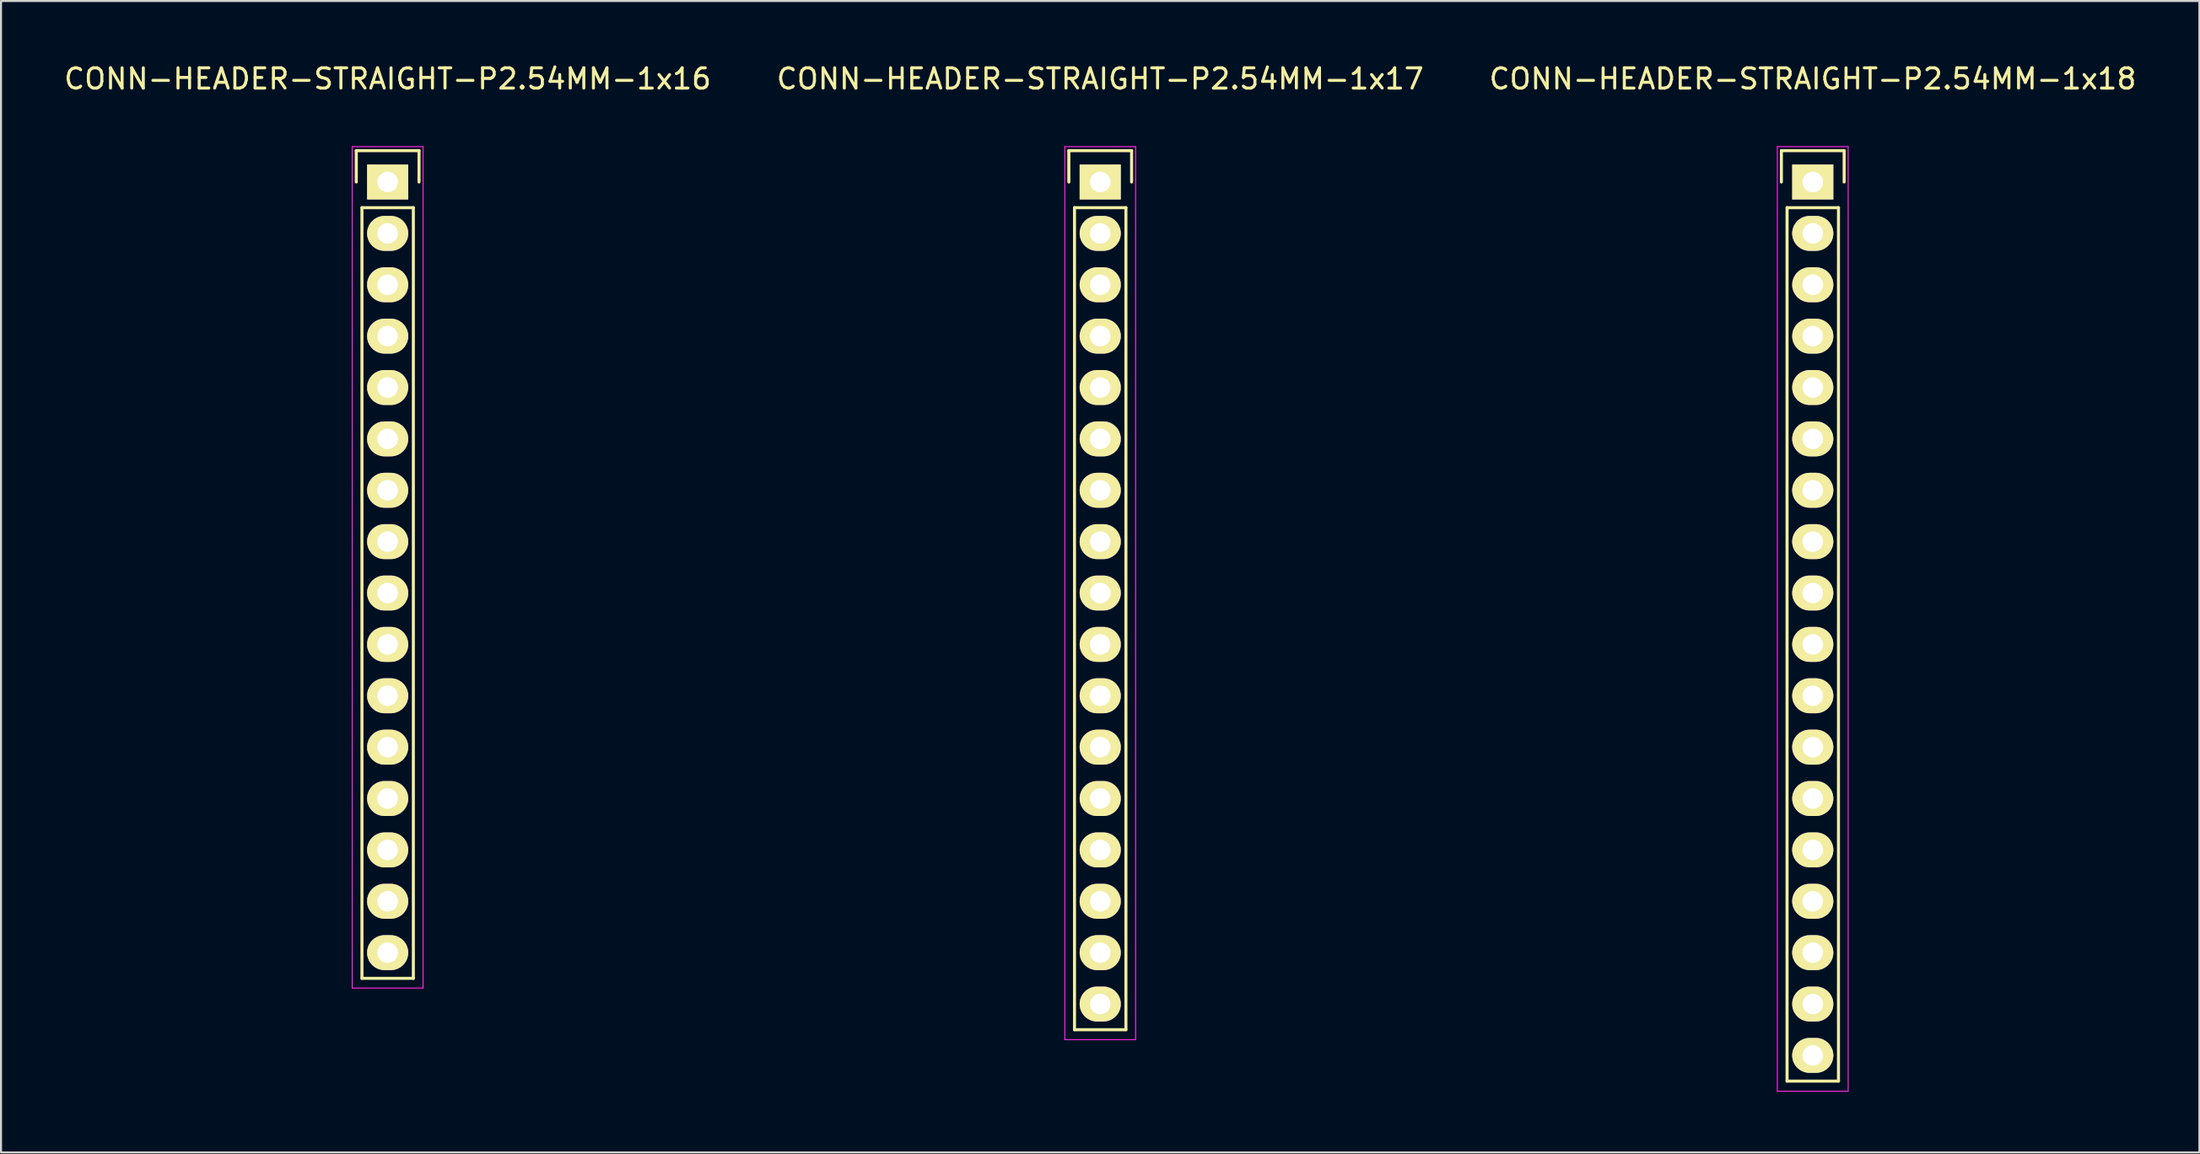
<source format=kicad_pcb>
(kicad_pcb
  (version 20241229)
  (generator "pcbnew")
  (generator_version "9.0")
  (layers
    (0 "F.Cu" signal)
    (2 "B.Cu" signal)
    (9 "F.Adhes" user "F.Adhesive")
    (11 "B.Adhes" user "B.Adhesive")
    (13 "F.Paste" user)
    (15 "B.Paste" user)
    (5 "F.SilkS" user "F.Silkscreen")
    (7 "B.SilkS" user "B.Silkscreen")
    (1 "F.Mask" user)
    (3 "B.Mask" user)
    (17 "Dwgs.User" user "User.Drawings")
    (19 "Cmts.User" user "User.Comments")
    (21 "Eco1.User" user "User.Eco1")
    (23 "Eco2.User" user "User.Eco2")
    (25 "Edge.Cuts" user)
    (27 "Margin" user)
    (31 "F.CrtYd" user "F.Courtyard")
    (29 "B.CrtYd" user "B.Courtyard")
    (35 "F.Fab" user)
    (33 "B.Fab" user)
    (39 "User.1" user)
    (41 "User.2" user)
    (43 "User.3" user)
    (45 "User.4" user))
  (footprint "CONN-HEADER-STRAIGHT-P2.54MM-1x16"
    (layer "F.Cu")
    (at 16.101 5.948)
    (property "Reference" "CONN-HEADER-STRAIGHT-P2.54MM-1x16" (at 0 -5.1 0) (layer "F.SilkS") (effects (font (size 1 1) (thickness 0.15))))
    (attr through_hole)
    (fp_line (start -1.55 -1.55) (end 1.55 -1.55) (stroke (width 0.15) (type solid)) (layer "F.SilkS"))
    (fp_line (start -1.55 0) (end -1.55 -1.55) (stroke (width 0.15) (type solid)) (layer "F.SilkS"))
    (fp_line (start -1.27 1.27) (end -1.27 39.37) (stroke (width 0.15) (type solid)) (layer "F.SilkS"))
    (fp_line (start -1.27 39.37) (end 1.27 39.37) (stroke (width 0.15) (type solid)) (layer "F.SilkS"))
    (fp_line (start 1.27 1.27) (end -1.27 1.27) (stroke (width 0.15) (type solid)) (layer "F.SilkS"))
    (fp_line (start 1.27 39.37) (end 1.27 1.27) (stroke (width 0.15) (type solid)) (layer "F.SilkS"))
    (fp_line (start 1.55 -1.55) (end 1.55 0) (stroke (width 0.15) (type solid)) (layer "F.SilkS"))
    (fp_line (start -1.75 -1.75) (end -1.75 39.85) (stroke (width 0.05) (type solid)) (layer "F.CrtYd"))
    (fp_line (start -1.75 -1.75) (end 1.75 -1.75) (stroke (width 0.05) (type solid)) (layer "F.CrtYd"))
    (fp_line (start -1.75 39.85) (end 1.75 39.85) (stroke (width 0.05) (type solid)) (layer "F.CrtYd"))
    (fp_line (start 1.75 -1.75) (end 1.75 39.85) (stroke (width 0.05) (type solid)) (layer "F.CrtYd"))
    (pad "1" thru_hole rect (at 0 0) (size 2.032 1.727) (drill 1.016) (layers "*.Cu" "*.Mask" "F.SilkS"))
    (pad "2" thru_hole oval (at 0 2.54) (size 2.032 1.727) (drill 1.016) (layers "*.Cu" "*.Mask" "F.SilkS"))
    (pad "3" thru_hole oval (at 0 5.08) (size 2.032 1.727) (drill 1.016) (layers "*.Cu" "*.Mask" "F.SilkS"))
    (pad "4" thru_hole oval (at 0 7.62) (size 2.032 1.727) (drill 1.016) (layers "*.Cu" "*.Mask" "F.SilkS"))
    (pad "5" thru_hole oval (at 0 10.16) (size 2.032 1.727) (drill 1.016) (layers "*.Cu" "*.Mask" "F.SilkS"))
    (pad "6" thru_hole oval (at 0 12.7) (size 2.032 1.727) (drill 1.016) (layers "*.Cu" "*.Mask" "F.SilkS"))
    (pad "7" thru_hole oval (at 0 15.24) (size 2.032 1.727) (drill 1.016) (layers "*.Cu" "*.Mask" "F.SilkS"))
    (pad "8" thru_hole oval (at 0 17.78) (size 2.032 1.727) (drill 1.016) (layers "*.Cu" "*.Mask" "F.SilkS"))
    (pad "9" thru_hole oval (at 0 20.32) (size 2.032 1.727) (drill 1.016) (layers "*.Cu" "*.Mask" "F.SilkS"))
    (pad "10" thru_hole oval (at 0 22.86) (size 2.032 1.727) (drill 1.016) (layers "*.Cu" "*.Mask" "F.SilkS"))
    (pad "11" thru_hole oval (at 0 25.4) (size 2.032 1.727) (drill 1.016) (layers "*.Cu" "*.Mask" "F.SilkS"))
    (pad "12" thru_hole oval (at 0 27.94) (size 2.032 1.727) (drill 1.016) (layers "*.Cu" "*.Mask" "F.SilkS"))
    (pad "13" thru_hole oval (at 0 30.48) (size 2.032 1.727) (drill 1.016) (layers "*.Cu" "*.Mask" "F.SilkS"))
    (pad "14" thru_hole oval (at 0 33.02) (size 2.032 1.727) (drill 1.016) (layers "*.Cu" "*.Mask" "F.SilkS"))
    (pad "15" thru_hole oval (at 0 35.56) (size 2.032 1.727) (drill 1.016) (layers "*.Cu" "*.Mask" "F.SilkS"))
    (pad "16" thru_hole oval (at 0 38.1) (size 2.032 1.727) (drill 1.016) (layers "*.Cu" "*.Mask" "F.SilkS")))
  (footprint "CONN-HEADER-STRAIGHT-P2.54MM-1x17"
    (layer "F.Cu")
    (at 51.304 5.948)
    (property "Reference" "CONN-HEADER-STRAIGHT-P2.54MM-1x17" (at 0 -5.1 0) (layer "F.SilkS") (effects (font (size 1 1) (thickness 0.15))))
    (attr through_hole)
    (fp_line (start -1.55 -1.55) (end 1.55 -1.55) (stroke (width 0.15) (type solid)) (layer "F.SilkS"))
    (fp_line (start -1.55 0) (end -1.55 -1.55) (stroke (width 0.15) (type solid)) (layer "F.SilkS"))
    (fp_line (start -1.27 41.91) (end -1.27 1.27) (stroke (width 0.15) (type solid)) (layer "F.SilkS"))
    (fp_line (start 1.27 1.27) (end -1.27 1.27) (stroke (width 0.15) (type solid)) (layer "F.SilkS"))
    (fp_line (start 1.27 1.27) (end 1.27 41.91) (stroke (width 0.15) (type solid)) (layer "F.SilkS"))
    (fp_line (start 1.27 41.91) (end -1.27 41.91) (stroke (width 0.15) (type solid)) (layer "F.SilkS"))
    (fp_line (start 1.55 -1.55) (end 1.55 0) (stroke (width 0.15) (type solid)) (layer "F.SilkS"))
    (fp_line (start -1.75 -1.75) (end -1.75 42.4) (stroke (width 0.05) (type solid)) (layer "F.CrtYd"))
    (fp_line (start -1.75 -1.75) (end 1.75 -1.75) (stroke (width 0.05) (type solid)) (layer "F.CrtYd"))
    (fp_line (start -1.75 42.4) (end 1.75 42.4) (stroke (width 0.05) (type solid)) (layer "F.CrtYd"))
    (fp_line (start 1.75 -1.75) (end 1.75 42.4) (stroke (width 0.05) (type solid)) (layer "F.CrtYd"))
    (pad "1" thru_hole rect (at 0 0) (size 2.032 1.727) (drill 1.016) (layers "*.Cu" "*.Mask" "F.SilkS"))
    (pad "2" thru_hole oval (at 0 2.54) (size 2.032 1.727) (drill 1.016) (layers "*.Cu" "*.Mask" "F.SilkS"))
    (pad "3" thru_hole oval (at 0 5.08) (size 2.032 1.727) (drill 1.016) (layers "*.Cu" "*.Mask" "F.SilkS"))
    (pad "4" thru_hole oval (at 0 7.62) (size 2.032 1.727) (drill 1.016) (layers "*.Cu" "*.Mask" "F.SilkS"))
    (pad "5" thru_hole oval (at 0 10.16) (size 2.032 1.727) (drill 1.016) (layers "*.Cu" "*.Mask" "F.SilkS"))
    (pad "6" thru_hole oval (at 0 12.7) (size 2.032 1.727) (drill 1.016) (layers "*.Cu" "*.Mask" "F.SilkS"))
    (pad "7" thru_hole oval (at 0 15.24) (size 2.032 1.727) (drill 1.016) (layers "*.Cu" "*.Mask" "F.SilkS"))
    (pad "8" thru_hole oval (at 0 17.78) (size 2.032 1.727) (drill 1.016) (layers "*.Cu" "*.Mask" "F.SilkS"))
    (pad "9" thru_hole oval (at 0 20.32) (size 2.032 1.727) (drill 1.016) (layers "*.Cu" "*.Mask" "F.SilkS"))
    (pad "10" thru_hole oval (at 0 22.86) (size 2.032 1.727) (drill 1.016) (layers "*.Cu" "*.Mask" "F.SilkS"))
    (pad "11" thru_hole oval (at 0 25.4) (size 2.032 1.727) (drill 1.016) (layers "*.Cu" "*.Mask" "F.SilkS"))
    (pad "12" thru_hole oval (at 0 27.94) (size 2.032 1.727) (drill 1.016) (layers "*.Cu" "*.Mask" "F.SilkS"))
    (pad "13" thru_hole oval (at 0 30.48) (size 2.032 1.727) (drill 1.016) (layers "*.Cu" "*.Mask" "F.SilkS"))
    (pad "14" thru_hole oval (at 0 33.02) (size 2.032 1.727) (drill 1.016) (layers "*.Cu" "*.Mask" "F.SilkS"))
    (pad "15" thru_hole oval (at 0 35.56) (size 2.032 1.727) (drill 1.016) (layers "*.Cu" "*.Mask" "F.SilkS"))
    (pad "16" thru_hole oval (at 0 38.1) (size 2.032 1.727) (drill 1.016) (layers "*.Cu" "*.Mask" "F.SilkS"))
    (pad "17" thru_hole oval (at 0 40.64) (size 2.032 1.727) (drill 1.016) (layers "*.Cu" "*.Mask" "F.SilkS")))
  (footprint "CONN-HEADER-STRAIGHT-P2.54MM-1x18"
    (layer "F.Cu")
    (at 86.506 5.948)
    (property "Reference" "CONN-HEADER-STRAIGHT-P2.54MM-1x18" (at 0 -5.1 0) (layer "F.SilkS") (effects (font (size 1 1) (thickness 0.15))))
    (attr through_hole)
    (fp_line (start -1.55 -1.55) (end 1.55 -1.55) (stroke (width 0.15) (type solid)) (layer "F.SilkS"))
    (fp_line (start -1.55 0) (end -1.55 -1.55) (stroke (width 0.15) (type solid)) (layer "F.SilkS"))
    (fp_line (start -1.27 44.45) (end -1.27 1.27) (stroke (width 0.15) (type solid)) (layer "F.SilkS"))
    (fp_line (start 1.27 1.27) (end -1.27 1.27) (stroke (width 0.15) (type solid)) (layer "F.SilkS"))
    (fp_line (start 1.27 1.27) (end 1.27 44.45) (stroke (width 0.15) (type solid)) (layer "F.SilkS"))
    (fp_line (start 1.27 44.45) (end -1.27 44.45) (stroke (width 0.15) (type solid)) (layer "F.SilkS"))
    (fp_line (start 1.55 -1.55) (end 1.55 0) (stroke (width 0.15) (type solid)) (layer "F.SilkS"))
    (fp_line (start -1.75 -1.75) (end -1.75 44.95) (stroke (width 0.05) (type solid)) (layer "F.CrtYd"))
    (fp_line (start -1.75 -1.75) (end 1.75 -1.75) (stroke (width 0.05) (type solid)) (layer "F.CrtYd"))
    (fp_line (start -1.75 44.95) (end 1.75 44.95) (stroke (width 0.05) (type solid)) (layer "F.CrtYd"))
    (fp_line (start 1.75 -1.75) (end 1.75 44.95) (stroke (width 0.05) (type solid)) (layer "F.CrtYd"))
    (pad "1" thru_hole rect (at 0 0) (size 2.032 1.727) (drill 1.016) (layers "*.Cu" "*.Mask" "F.SilkS"))
    (pad "2" thru_hole oval (at 0 2.54) (size 2.032 1.727) (drill 1.016) (layers "*.Cu" "*.Mask" "F.SilkS"))
    (pad "3" thru_hole oval (at 0 5.08) (size 2.032 1.727) (drill 1.016) (layers "*.Cu" "*.Mask" "F.SilkS"))
    (pad "4" thru_hole oval (at 0 7.62) (size 2.032 1.727) (drill 1.016) (layers "*.Cu" "*.Mask" "F.SilkS"))
    (pad "5" thru_hole oval (at 0 10.16) (size 2.032 1.727) (drill 1.016) (layers "*.Cu" "*.Mask" "F.SilkS"))
    (pad "6" thru_hole oval (at 0 12.7) (size 2.032 1.727) (drill 1.016) (layers "*.Cu" "*.Mask" "F.SilkS"))
    (pad "7" thru_hole oval (at 0 15.24) (size 2.032 1.727) (drill 1.016) (layers "*.Cu" "*.Mask" "F.SilkS"))
    (pad "8" thru_hole oval (at 0 17.78) (size 2.032 1.727) (drill 1.016) (layers "*.Cu" "*.Mask" "F.SilkS"))
    (pad "9" thru_hole oval (at 0 20.32) (size 2.032 1.727) (drill 1.016) (layers "*.Cu" "*.Mask" "F.SilkS"))
    (pad "10" thru_hole oval (at 0 22.86) (size 2.032 1.727) (drill 1.016) (layers "*.Cu" "*.Mask" "F.SilkS"))
    (pad "11" thru_hole oval (at 0 25.4) (size 2.032 1.727) (drill 1.016) (layers "*.Cu" "*.Mask" "F.SilkS"))
    (pad "12" thru_hole oval (at 0 27.94) (size 2.032 1.727) (drill 1.016) (layers "*.Cu" "*.Mask" "F.SilkS"))
    (pad "13" thru_hole oval (at 0 30.48) (size 2.032 1.727) (drill 1.016) (layers "*.Cu" "*.Mask" "F.SilkS"))
    (pad "14" thru_hole oval (at 0 33.02) (size 2.032 1.727) (drill 1.016) (layers "*.Cu" "*.Mask" "F.SilkS"))
    (pad "15" thru_hole oval (at 0 35.56) (size 2.032 1.727) (drill 1.016) (layers "*.Cu" "*.Mask" "F.SilkS"))
    (pad "16" thru_hole oval (at 0 38.1) (size 2.032 1.727) (drill 1.016) (layers "*.Cu" "*.Mask" "F.SilkS"))
    (pad "17" thru_hole oval (at 0 40.64) (size 2.032 1.727) (drill 1.016) (layers "*.Cu" "*.Mask" "F.SilkS"))
    (pad "18" thru_hole oval (at 0 43.18) (size 2.032 1.727) (drill 1.016) (layers "*.Cu" "*.Mask" "F.SilkS")))
  (gr_rect
    (start -3 -3)
    (end 105.607 53.923)
    (stroke (width 0.1) (type default))
    (fill no)
    (layer "Edge.Cuts")))
</source>
